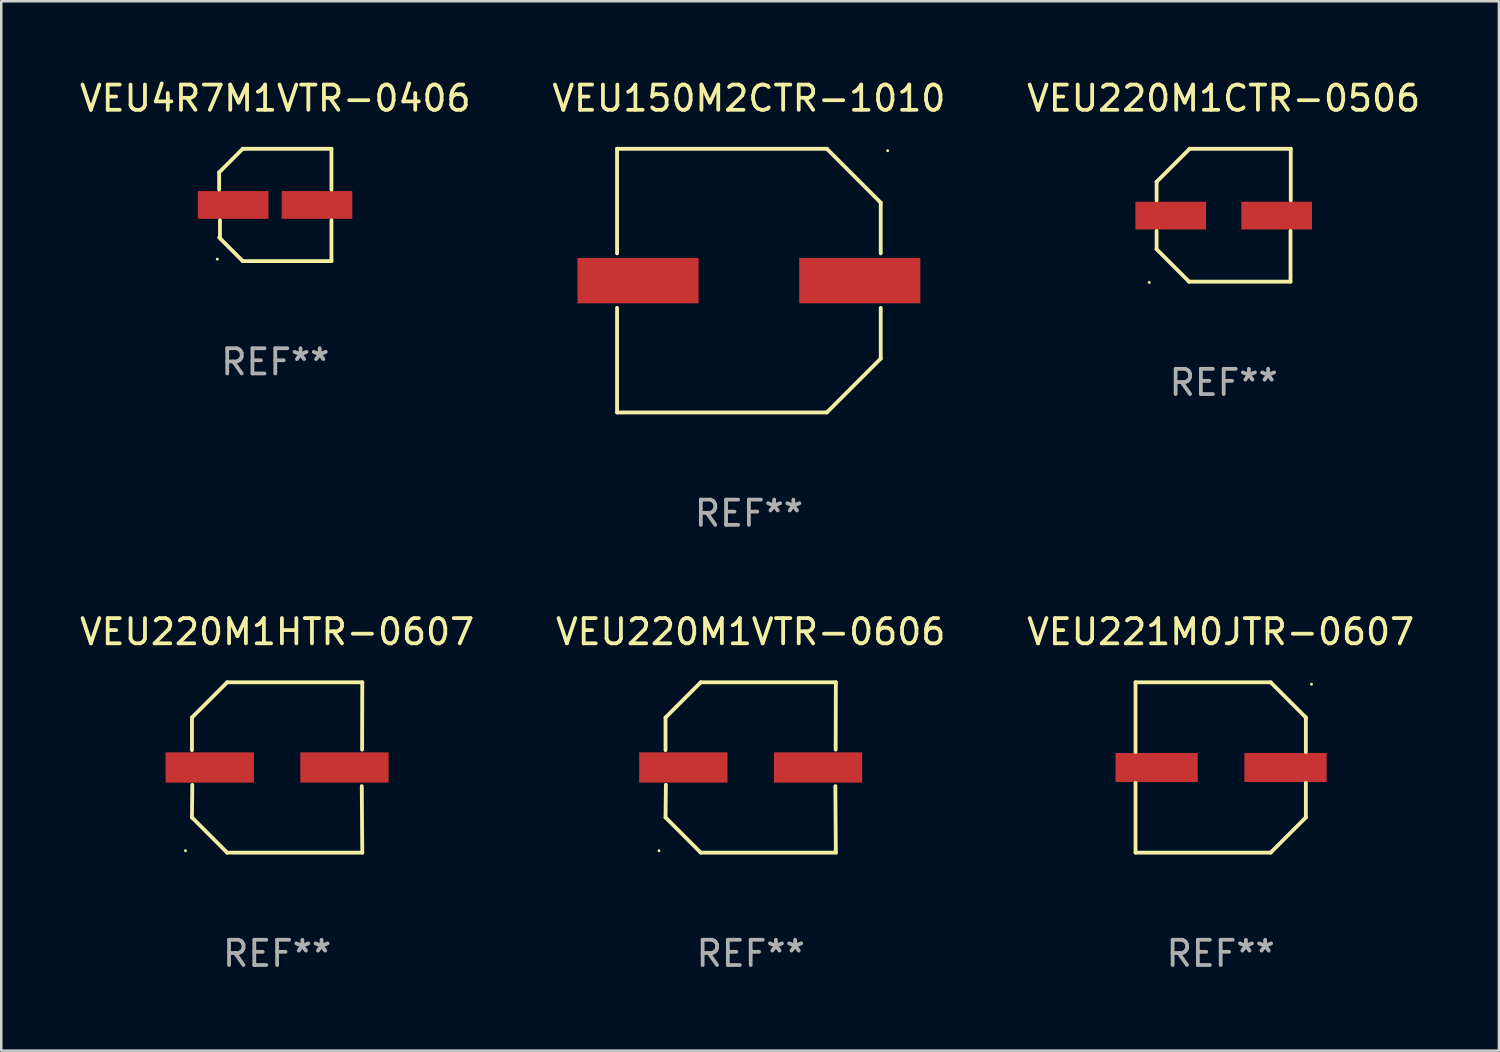
<source format=kicad_pcb>
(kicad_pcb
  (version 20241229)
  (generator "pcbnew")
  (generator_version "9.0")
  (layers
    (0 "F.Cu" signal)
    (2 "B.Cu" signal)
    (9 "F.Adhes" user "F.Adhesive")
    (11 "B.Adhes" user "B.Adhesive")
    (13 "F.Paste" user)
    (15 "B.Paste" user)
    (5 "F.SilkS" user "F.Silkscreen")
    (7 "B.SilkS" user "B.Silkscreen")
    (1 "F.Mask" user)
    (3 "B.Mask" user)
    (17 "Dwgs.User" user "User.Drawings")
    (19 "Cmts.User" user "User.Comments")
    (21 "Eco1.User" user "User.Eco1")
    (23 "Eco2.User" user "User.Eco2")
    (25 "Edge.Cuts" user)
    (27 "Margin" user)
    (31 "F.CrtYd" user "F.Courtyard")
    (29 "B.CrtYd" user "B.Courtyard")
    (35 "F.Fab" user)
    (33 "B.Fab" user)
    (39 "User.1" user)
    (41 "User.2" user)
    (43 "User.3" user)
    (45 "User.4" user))
  (footprint "VEU4R7M1VTR-0406"
    (layer "F.Cu")
    (at 7.863 5.074)
    (property "Reference" "VEU4R7M1VTR-0406" (at 0 -4.226 0) (layer "F.SilkS") (effects (font (size 1 1) (thickness 0.15))))
    (attr through_hole)
    (fp_line (start -2.226 -1.29) (end -2.226 -0.607) (stroke (width 0.152) (type solid)) (layer "F.SilkS"))
    (fp_line (start -2.193 1.29) (end -2.193 0.607) (stroke (width 0.152) (type solid)) (layer "F.SilkS"))
    (fp_line (start -1.29 2.226) (end -2.226 1.29) (stroke (width 0.152) (type solid)) (layer "F.SilkS"))
    (fp_line (start -1.29 -2.226) (end -2.226 -1.29) (stroke (width 0.152) (type solid)) (layer "F.SilkS"))
    (fp_line (start 2.226 -2.226) (end -1.29 -2.226) (stroke (width 0.152) (type solid)) (layer "F.SilkS"))
    (fp_line (start 2.226 -0.607) (end 2.226 -2.226) (stroke (width 0.152) (type solid)) (layer "F.SilkS"))
    (fp_line (start 2.226 0.607) (end 2.226 2.226) (stroke (width 0.152) (type solid)) (layer "F.SilkS"))
    (fp_line (start 2.226 2.226) (end -1.29 2.226) (stroke (width 0.152) (type solid)) (layer "F.SilkS"))
    (fp_circle (center -2.3 2.15) (end -2.27 2.15) (stroke (width 0.06) (type solid)) (fill no) (layer "F.SilkS"))
    (fp_text user "REF**" (at 0 6.226 0) (layer "F.Fab") (effects (font (size 1 1) (thickness 0.15))))
    (pad "1" smd rect (at -1.67 -0.000025) (size 2.8 1.1) (layers "F.Cu" "F.Mask" "F.Paste"))
    (pad "2" smd rect (at 1.651 -0.000025) (size 2.8 1.1) (layers "F.Cu" "F.Mask" "F.Paste")))
  (footprint "VEU150M2CTR-1010"
    (layer "F.Cu")
    (at 26.637 8.074)
    (property "Reference" "VEU150M2CTR-1010" (at 0 -7.226 0) (layer "F.SilkS") (effects (font (size 1 1) (thickness 0.15))))
    (attr through_hole)
    (fp_line (start -5.226 -5.226) (end -5.226 -1.08) (stroke (width 0.152) (type solid)) (layer "F.SilkS"))
    (fp_line (start -5.226 -5.226) (end 3.09 -5.226) (stroke (width 0.152) (type solid)) (layer "F.SilkS"))
    (fp_line (start -5.226 1.08) (end -5.226 5.226) (stroke (width 0.152) (type solid)) (layer "F.SilkS"))
    (fp_line (start -5.226 5.226) (end 3.09 5.226) (stroke (width 0.152) (type solid)) (layer "F.SilkS"))
    (fp_line (start 3.09 -5.226) (end 5.226 -3.09) (stroke (width 0.152) (type solid)) (layer "F.SilkS"))
    (fp_line (start 3.09 5.226) (end 5.226 3.09) (stroke (width 0.152) (type solid)) (layer "F.SilkS"))
    (fp_line (start 5.226 -1.08) (end 5.226 -3.09) (stroke (width 0.152) (type solid)) (layer "F.SilkS"))
    (fp_line (start 5.226 3.09) (end 5.226 1.08) (stroke (width 0.152) (type solid)) (layer "F.SilkS"))
    (fp_circle (center 5.5 -5.15) (end 5.53 -5.15) (stroke (width 0.06) (type solid)) (fill no) (layer "F.SilkS"))
    (fp_text user "REF**" (at 0 9.226 0) (layer "F.Fab") (effects (font (size 1 1) (thickness 0.15))))
    (pad "1" smd rect (at 4.395 0 180) (size 4.8 1.8) (layers "F.Cu" "F.Mask" "F.Paste"))
    (pad "2" smd rect (at -4.395 0 180) (size 4.8 1.8) (layers "F.Cu" "F.Mask" "F.Paste")))
  (footprint "VEU221M0JTR-0607"
    (layer "F.Cu")
    (at 45.339 27.373)
    (property "Reference" "VEU221M0JTR-0607" (at 0 -5.376 0) (layer "F.SilkS") (effects (font (size 1 1) (thickness 0.15))))
    (attr through_hole)
    (fp_line (start -3.376 -3.376) (end 1.98 -3.376) (stroke (width 0.152) (type solid)) (layer "F.SilkS"))
    (fp_line (start -3.376 -0.607) (end -3.376 -3.376) (stroke (width 0.152) (type solid)) (layer "F.SilkS"))
    (fp_line (start -3.376 0.607) (end -3.376 3.376) (stroke (width 0.152) (type solid)) (layer "F.SilkS"))
    (fp_line (start -3.376 3.376) (end 1.98 3.376) (stroke (width 0.152) (type solid)) (layer "F.SilkS"))
    (fp_line (start 1.98 -3.376) (end 3.376 -1.98) (stroke (width 0.152) (type solid)) (layer "F.SilkS"))
    (fp_line (start 1.98 3.376) (end 3.376 1.98) (stroke (width 0.152) (type solid)) (layer "F.SilkS"))
    (fp_line (start 3.376 -1.98) (end 3.376 -0.607) (stroke (width 0.152) (type solid)) (layer "F.SilkS"))
    (fp_line (start 3.376 1.98) (end 3.376 0.607) (stroke (width 0.152) (type solid)) (layer "F.SilkS"))
    (fp_circle (center 3.6 -3.3) (end 3.63 -3.3) (stroke (width 0.06) (type solid)) (fill no) (layer "F.SilkS"))
    (fp_text user "REF**" (at 0 7.376 0) (layer "F.Fab") (effects (font (size 1 1) (thickness 0.15))))
    (pad "1" smd rect (at 2.57 0 180) (size 3.26 1.15) (layers "F.Cu" "F.Mask" "F.Paste"))
    (pad "2" smd rect (at -2.54 0 180) (size 3.26 1.15) (layers "F.Cu" "F.Mask" "F.Paste")))
  (footprint "VEU220M1VTR-0606"
    (layer "F.Cu")
    (at 26.708 27.373)
    (property "Reference" "VEU220M1VTR-0606" (at 0 -5.376 0) (layer "F.SilkS") (effects (font (size 1 1) (thickness 0.15))))
    (attr through_hole)
    (fp_line (start -3.376 -1.98) (end -3.376 -0.686) (stroke (width 0.152) (type solid)) (layer "F.SilkS"))
    (fp_line (start -3.376 1.981) (end -3.362 0.686) (stroke (width 0.152) (type solid)) (layer "F.SilkS"))
    (fp_line (start -1.981 3.376) (end -3.376 1.981) (stroke (width 0.152) (type solid)) (layer "F.SilkS"))
    (fp_line (start -1.98 -3.376) (end -3.376 -1.98) (stroke (width 0.152) (type solid)) (layer "F.SilkS"))
    (fp_line (start 3.356 0.74) (end 3.376 3.376) (stroke (width 0.152) (type solid)) (layer "F.SilkS"))
    (fp_line (start 3.369 -0.707) (end 3.376 -3.376) (stroke (width 0.152) (type solid)) (layer "F.SilkS"))
    (fp_line (start 3.376 3.376) (end -1.981 3.376) (stroke (width 0.152) (type solid)) (layer "F.SilkS"))
    (fp_line (start 3.376 -3.376) (end -1.98 -3.376) (stroke (width 0.152) (type solid)) (layer "F.SilkS"))
    (fp_circle (center -3.634 3.3) (end -3.604 3.3) (stroke (width 0.06) (type solid)) (fill no) (layer "F.SilkS"))
    (fp_text user "REF**" (at 0 7.376 0) (layer "F.Fab") (effects (font (size 1 1) (thickness 0.15))))
    (pad "1" smd rect (at -2.67 0.000254) (size 3.5 1.2) (layers "F.Cu" "F.Mask" "F.Paste"))
    (pad "2" smd rect (at 2.67 0.000254) (size 3.5 1.2) (layers "F.Cu" "F.Mask" "F.Paste")))
  (footprint "VEU220M1HTR-0607"
    (layer "F.Cu")
    (at 7.935 27.373)
    (property "Reference" "VEU220M1HTR-0607" (at 0 -5.376 0) (layer "F.SilkS") (effects (font (size 1 1) (thickness 0.15))))
    (attr through_hole)
    (fp_line (start -3.376 -1.98) (end -3.376 -0.686) (stroke (width 0.152) (type solid)) (layer "F.SilkS"))
    (fp_line (start -3.376 1.981) (end -3.362 0.686) (stroke (width 0.152) (type solid)) (layer "F.SilkS"))
    (fp_line (start -1.981 3.376) (end -3.376 1.981) (stroke (width 0.152) (type solid)) (layer "F.SilkS"))
    (fp_line (start -1.98 -3.376) (end -3.376 -1.98) (stroke (width 0.152) (type solid)) (layer "F.SilkS"))
    (fp_line (start 3.356 0.74) (end 3.376 3.376) (stroke (width 0.152) (type solid)) (layer "F.SilkS"))
    (fp_line (start 3.369 -0.707) (end 3.376 -3.376) (stroke (width 0.152) (type solid)) (layer "F.SilkS"))
    (fp_line (start 3.376 3.376) (end -1.981 3.376) (stroke (width 0.152) (type solid)) (layer "F.SilkS"))
    (fp_line (start 3.376 -3.376) (end -1.98 -3.376) (stroke (width 0.152) (type solid)) (layer "F.SilkS"))
    (fp_circle (center -3.634 3.3) (end -3.604 3.3) (stroke (width 0.06) (type solid)) (fill no) (layer "F.SilkS"))
    (fp_text user "REF**" (at 0 7.376 0) (layer "F.Fab") (effects (font (size 1 1) (thickness 0.15))))
    (pad "1" smd rect (at -2.67 0.000254) (size 3.5 1.2) (layers "F.Cu" "F.Mask" "F.Paste"))
    (pad "2" smd rect (at 2.67 0.000254) (size 3.5 1.2) (layers "F.Cu" "F.Mask" "F.Paste")))
  (footprint "VEU220M1CTR-0506"
    (layer "F.Cu")
    (at 45.458 5.482)
    (property "Reference" "VEU220M1CTR-0506" (at 0 -4.634 0) (layer "F.SilkS") (effects (font (size 1 1) (thickness 0.15))))
    (attr through_hole)
    (fp_line (start -2.659 -1.326) (end -2.659 -0.592) (stroke (width 0.152) (type solid)) (layer "F.SilkS"))
    (fp_line (start -2.659 1.346) (end -2.659 0.622) (stroke (width 0.152) (type solid)) (layer "F.SilkS"))
    (fp_line (start -1.372 2.634) (end -2.659 1.346) (stroke (width 0.152) (type solid)) (layer "F.SilkS"))
    (fp_line (start -1.349 -2.634) (end -2.659 -1.326) (stroke (width 0.152) (type solid)) (layer "F.SilkS"))
    (fp_line (start 2.649 0.622) (end 2.649 2.634) (stroke (width 0.152) (type solid)) (layer "F.SilkS"))
    (fp_line (start 2.649 2.634) (end -1.372 2.634) (stroke (width 0.152) (type solid)) (layer "F.SilkS"))
    (fp_line (start 2.659 -2.634) (end -1.349 -2.634) (stroke (width 0.152) (type solid)) (layer "F.SilkS"))
    (fp_line (start 2.659 -0.592) (end 2.659 -2.634) (stroke (width 0.152) (type solid)) (layer "F.SilkS"))
    (fp_circle (center -2.95 2.665) (end -2.92 2.665) (stroke (width 0.06) (type solid)) (fill no) (layer "F.SilkS"))
    (fp_text user "REF**" (at 0 6.634 0) (layer "F.Fab") (effects (font (size 1 1) (thickness 0.15))))
    (pad "1" smd rect (at -2.1 0.015) (size 2.8 1.1) (layers "F.Cu" "F.Mask" "F.Paste"))
    (pad "2" smd rect (at 2.1 0.015) (size 2.8 1.1) (layers "F.Cu" "F.Mask" "F.Paste")))
  (gr_rect
    (start -3 -3)
    (end 56.369 38.598)
    (stroke (width 0.1) (type default))
    (fill no)
    (layer "Edge.Cuts")))
</source>
